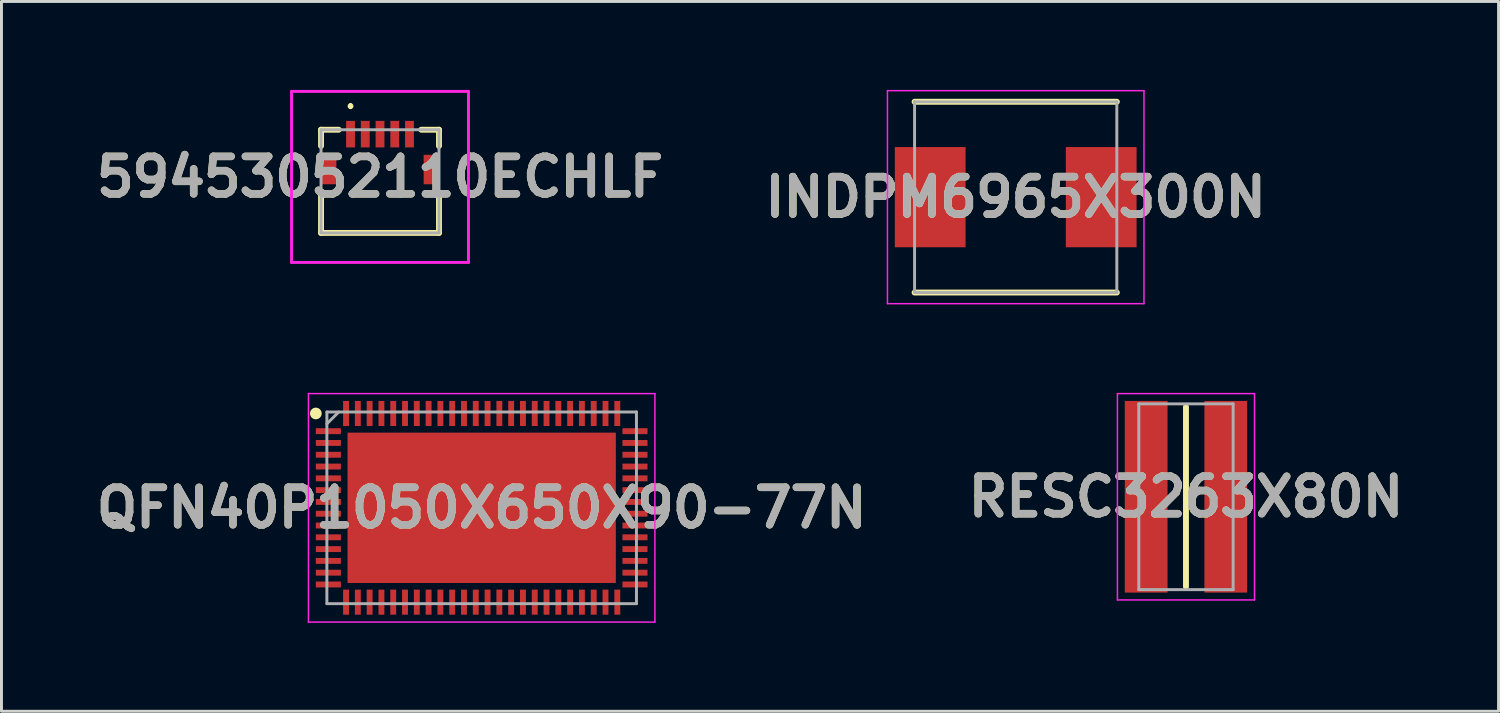
<source format=kicad_pcb>
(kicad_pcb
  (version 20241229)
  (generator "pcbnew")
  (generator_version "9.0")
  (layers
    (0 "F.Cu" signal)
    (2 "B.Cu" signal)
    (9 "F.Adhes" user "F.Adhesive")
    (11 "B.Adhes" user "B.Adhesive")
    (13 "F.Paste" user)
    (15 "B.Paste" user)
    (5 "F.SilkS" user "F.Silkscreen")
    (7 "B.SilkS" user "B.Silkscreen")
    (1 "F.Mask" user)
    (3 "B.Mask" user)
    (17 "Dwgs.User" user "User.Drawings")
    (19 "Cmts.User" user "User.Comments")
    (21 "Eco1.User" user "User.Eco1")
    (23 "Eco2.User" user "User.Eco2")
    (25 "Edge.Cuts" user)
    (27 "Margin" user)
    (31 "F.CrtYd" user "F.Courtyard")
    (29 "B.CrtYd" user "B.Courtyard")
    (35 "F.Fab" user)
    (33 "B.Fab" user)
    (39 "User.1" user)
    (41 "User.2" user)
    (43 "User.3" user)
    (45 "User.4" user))
  (footprint "QFN40P1050X650X90-77N"
    (layer "F.Cu")
    (at 13.287 14.174)
    (property "Reference" "QFN40P1050X650X90-77N" (at 0 0 0) (layer "F.SilkS") (effects (font (size 1.27 1.27) (thickness 0.254))))
    (attr smd)
    (fp_circle (center -5.625 -3.2) (end -5.625 -3.1) (stroke (width 0.2) (type solid)) (fill no) (layer "F.SilkS"))
    (fp_line (start -5.875 -3.875) (end 5.875 -3.875) (stroke (width 0.05) (type solid)) (layer "F.CrtYd"))
    (fp_line (start -5.875 3.875) (end -5.875 -3.875) (stroke (width 0.05) (type solid)) (layer "F.CrtYd"))
    (fp_line (start 5.875 -3.875) (end 5.875 3.875) (stroke (width 0.05) (type solid)) (layer "F.CrtYd"))
    (fp_line (start 5.875 3.875) (end -5.875 3.875) (stroke (width 0.05) (type solid)) (layer "F.CrtYd"))
    (fp_line (start -5.25 -3.25) (end 5.25 -3.25) (stroke (width 0.1) (type solid)) (layer "F.Fab"))
    (fp_line (start -5.25 -2.85) (end -4.85 -3.25) (stroke (width 0.1) (type solid)) (layer "F.Fab"))
    (fp_line (start -5.25 3.25) (end -5.25 -3.25) (stroke (width 0.1) (type solid)) (layer "F.Fab"))
    (fp_line (start 5.25 -3.25) (end 5.25 3.25) (stroke (width 0.1) (type solid)) (layer "F.Fab"))
    (fp_line (start 5.25 3.25) (end -5.25 3.25) (stroke (width 0.1) (type solid)) (layer "F.Fab"))
    (fp_text user "${REFERENCE}" (at 0 0 0) (layer "F.Fab") (effects (font (size 1.27 1.27) (thickness 0.254))))
    (pad "1" smd rect (at -5.2 -2.6 90) (size 0.2 0.85) (layers "F.Cu" "F.Mask" "F.Paste"))
    (pad "2" smd rect (at -5.2 -2.2 90) (size 0.2 0.85) (layers "F.Cu" "F.Mask" "F.Paste"))
    (pad "3" smd rect (at -5.2 -1.8 90) (size 0.2 0.85) (layers "F.Cu" "F.Mask" "F.Paste"))
    (pad "4" smd rect (at -5.2 -1.4 90) (size 0.2 0.85) (layers "F.Cu" "F.Mask" "F.Paste"))
    (pad "5" smd rect (at -5.2 -1 90) (size 0.2 0.85) (layers "F.Cu" "F.Mask" "F.Paste"))
    (pad "6" smd rect (at -5.2 -0.6 90) (size 0.2 0.85) (layers "F.Cu" "F.Mask" "F.Paste"))
    (pad "7" smd rect (at -5.2 -0.2 90) (size 0.2 0.85) (layers "F.Cu" "F.Mask" "F.Paste"))
    (pad "8" smd rect (at -5.2 0.2 90) (size 0.2 0.85) (layers "F.Cu" "F.Mask" "F.Paste"))
    (pad "9" smd rect (at -5.2 0.6 90) (size 0.2 0.85) (layers "F.Cu" "F.Mask" "F.Paste"))
    (pad "10" smd rect (at -5.2 1 90) (size 0.2 0.85) (layers "F.Cu" "F.Mask" "F.Paste"))
    (pad "11" smd rect (at -5.2 1.4 90) (size 0.2 0.85) (layers "F.Cu" "F.Mask" "F.Paste"))
    (pad "12" smd rect (at -5.2 1.8 90) (size 0.2 0.85) (layers "F.Cu" "F.Mask" "F.Paste"))
    (pad "13" smd rect (at -5.2 2.2 90) (size 0.2 0.85) (layers "F.Cu" "F.Mask" "F.Paste"))
    (pad "14" smd rect (at -5.2 2.6 90) (size 0.2 0.85) (layers "F.Cu" "F.Mask" "F.Paste"))
    (pad "15" smd rect (at -4.6 3.2) (size 0.2 0.85) (layers "F.Cu" "F.Mask" "F.Paste"))
    (pad "16" smd rect (at -4.2 3.2) (size 0.2 0.85) (layers "F.Cu" "F.Mask" "F.Paste"))
    (pad "17" smd rect (at -3.8 3.2) (size 0.2 0.85) (layers "F.Cu" "F.Mask" "F.Paste"))
    (pad "18" smd rect (at -3.4 3.2) (size 0.2 0.85) (layers "F.Cu" "F.Mask" "F.Paste"))
    (pad "19" smd rect (at -3 3.2) (size 0.2 0.85) (layers "F.Cu" "F.Mask" "F.Paste"))
    (pad "20" smd rect (at -2.6 3.2) (size 0.2 0.85) (layers "F.Cu" "F.Mask" "F.Paste"))
    (pad "21" smd rect (at -2.2 3.2) (size 0.2 0.85) (layers "F.Cu" "F.Mask" "F.Paste"))
    (pad "22" smd rect (at -1.8 3.2) (size 0.2 0.85) (layers "F.Cu" "F.Mask" "F.Paste"))
    (pad "23" smd rect (at -1.4 3.2) (size 0.2 0.85) (layers "F.Cu" "F.Mask" "F.Paste"))
    (pad "24" smd rect (at -1 3.2) (size 0.2 0.85) (layers "F.Cu" "F.Mask" "F.Paste"))
    (pad "25" smd rect (at -0.6 3.2) (size 0.2 0.85) (layers "F.Cu" "F.Mask" "F.Paste"))
    (pad "26" smd rect (at -0.2 3.2) (size 0.2 0.85) (layers "F.Cu" "F.Mask" "F.Paste"))
    (pad "27" smd rect (at 0.2 3.2) (size 0.2 0.85) (layers "F.Cu" "F.Mask" "F.Paste"))
    (pad "28" smd rect (at 0.6 3.2) (size 0.2 0.85) (layers "F.Cu" "F.Mask" "F.Paste"))
    (pad "29" smd rect (at 1 3.2) (size 0.2 0.85) (layers "F.Cu" "F.Mask" "F.Paste"))
    (pad "30" smd rect (at 1.4 3.2) (size 0.2 0.85) (layers "F.Cu" "F.Mask" "F.Paste"))
    (pad "31" smd rect (at 1.8 3.2) (size 0.2 0.85) (layers "F.Cu" "F.Mask" "F.Paste"))
    (pad "32" smd rect (at 2.2 3.2) (size 0.2 0.85) (layers "F.Cu" "F.Mask" "F.Paste"))
    (pad "33" smd rect (at 2.6 3.2) (size 0.2 0.85) (layers "F.Cu" "F.Mask" "F.Paste"))
    (pad "34" smd rect (at 3 3.2) (size 0.2 0.85) (layers "F.Cu" "F.Mask" "F.Paste"))
    (pad "35" smd rect (at 3.4 3.2) (size 0.2 0.85) (layers "F.Cu" "F.Mask" "F.Paste"))
    (pad "36" smd rect (at 3.8 3.2) (size 0.2 0.85) (layers "F.Cu" "F.Mask" "F.Paste"))
    (pad "37" smd rect (at 4.2 3.2) (size 0.2 0.85) (layers "F.Cu" "F.Mask" "F.Paste"))
    (pad "38" smd rect (at 4.6 3.2) (size 0.2 0.85) (layers "F.Cu" "F.Mask" "F.Paste"))
    (pad "39" smd rect (at 5.2 2.6 90) (size 0.2 0.85) (layers "F.Cu" "F.Mask" "F.Paste"))
    (pad "40" smd rect (at 5.2 2.2 90) (size 0.2 0.85) (layers "F.Cu" "F.Mask" "F.Paste"))
    (pad "41" smd rect (at 5.2 1.8 90) (size 0.2 0.85) (layers "F.Cu" "F.Mask" "F.Paste"))
    (pad "42" smd rect (at 5.2 1.4 90) (size 0.2 0.85) (layers "F.Cu" "F.Mask" "F.Paste"))
    (pad "43" smd rect (at 5.2 1 90) (size 0.2 0.85) (layers "F.Cu" "F.Mask" "F.Paste"))
    (pad "44" smd rect (at 5.2 0.6 90) (size 0.2 0.85) (layers "F.Cu" "F.Mask" "F.Paste"))
    (pad "45" smd rect (at 5.2 0.2 90) (size 0.2 0.85) (layers "F.Cu" "F.Mask" "F.Paste"))
    (pad "46" smd rect (at 5.2 -0.2 90) (size 0.2 0.85) (layers "F.Cu" "F.Mask" "F.Paste"))
    (pad "47" smd rect (at 5.2 -0.6 90) (size 0.2 0.85) (layers "F.Cu" "F.Mask" "F.Paste"))
    (pad "48" smd rect (at 5.2 -1 90) (size 0.2 0.85) (layers "F.Cu" "F.Mask" "F.Paste"))
    (pad "49" smd rect (at 5.2 -1.4 90) (size 0.2 0.85) (layers "F.Cu" "F.Mask" "F.Paste"))
    (pad "50" smd rect (at 5.2 -1.8 90) (size 0.2 0.85) (layers "F.Cu" "F.Mask" "F.Paste"))
    (pad "51" smd rect (at 5.2 -2.2 90) (size 0.2 0.85) (layers "F.Cu" "F.Mask" "F.Paste"))
    (pad "52" smd rect (at 5.2 -2.6 90) (size 0.2 0.85) (layers "F.Cu" "F.Mask" "F.Paste"))
    (pad "53" smd rect (at 4.6 -3.2) (size 0.2 0.85) (layers "F.Cu" "F.Mask" "F.Paste"))
    (pad "54" smd rect (at 4.2 -3.2) (size 0.2 0.85) (layers "F.Cu" "F.Mask" "F.Paste"))
    (pad "55" smd rect (at 3.8 -3.2) (size 0.2 0.85) (layers "F.Cu" "F.Mask" "F.Paste"))
    (pad "56" smd rect (at 3.4 -3.2) (size 0.2 0.85) (layers "F.Cu" "F.Mask" "F.Paste"))
    (pad "57" smd rect (at 3 -3.2) (size 0.2 0.85) (layers "F.Cu" "F.Mask" "F.Paste"))
    (pad "58" smd rect (at 2.6 -3.2) (size 0.2 0.85) (layers "F.Cu" "F.Mask" "F.Paste"))
    (pad "59" smd rect (at 2.2 -3.2) (size 0.2 0.85) (layers "F.Cu" "F.Mask" "F.Paste"))
    (pad "60" smd rect (at 1.8 -3.2) (size 0.2 0.85) (layers "F.Cu" "F.Mask" "F.Paste"))
    (pad "61" smd rect (at 1.4 -3.2) (size 0.2 0.85) (layers "F.Cu" "F.Mask" "F.Paste"))
    (pad "62" smd rect (at 1 -3.2) (size 0.2 0.85) (layers "F.Cu" "F.Mask" "F.Paste"))
    (pad "63" smd rect (at 0.6 -3.2) (size 0.2 0.85) (layers "F.Cu" "F.Mask" "F.Paste"))
    (pad "64" smd rect (at 0.2 -3.2) (size 0.2 0.85) (layers "F.Cu" "F.Mask" "F.Paste"))
    (pad "65" smd rect (at -0.2 -3.2) (size 0.2 0.85) (layers "F.Cu" "F.Mask" "F.Paste"))
    (pad "66" smd rect (at -0.6 -3.2) (size 0.2 0.85) (layers "F.Cu" "F.Mask" "F.Paste"))
    (pad "67" smd rect (at -1 -3.2) (size 0.2 0.85) (layers "F.Cu" "F.Mask" "F.Paste"))
    (pad "68" smd rect (at -1.4 -3.2) (size 0.2 0.85) (layers "F.Cu" "F.Mask" "F.Paste"))
    (pad "69" smd rect (at -1.8 -3.2) (size 0.2 0.85) (layers "F.Cu" "F.Mask" "F.Paste"))
    (pad "70" smd rect (at -2.2 -3.2) (size 0.2 0.85) (layers "F.Cu" "F.Mask" "F.Paste"))
    (pad "71" smd rect (at -2.6 -3.2) (size 0.2 0.85) (layers "F.Cu" "F.Mask" "F.Paste"))
    (pad "72" smd rect (at -3 -3.2) (size 0.2 0.85) (layers "F.Cu" "F.Mask" "F.Paste"))
    (pad "73" smd rect (at -3.4 -3.2) (size 0.2 0.85) (layers "F.Cu" "F.Mask" "F.Paste"))
    (pad "74" smd rect (at -3.8 -3.2) (size 0.2 0.85) (layers "F.Cu" "F.Mask" "F.Paste"))
    (pad "75" smd rect (at -4.2 -3.2) (size 0.2 0.85) (layers "F.Cu" "F.Mask" "F.Paste"))
    (pad "76" smd rect (at -4.6 -3.2) (size 0.2 0.85) (layers "F.Cu" "F.Mask" "F.Paste"))
    (pad "77" smd rect (at 0 0 90) (size 5.1 9.1) (layers "F.Cu" "F.Mask" "F.Paste")))
  (footprint "59453052110ECHLF"
    (layer "F.Cu")
    (at 9.839 3.1)
    (property "Reference" "59453052110ECHLF" (at 0 -0.15 0) (layer "F.SilkS") (effects (font (size 1.27 1.27) (thickness 0.254))))
    (attr smd)
    (fp_line (start -2 -1.75) (end -2 -1.2) (stroke (width 0.2) (type solid)) (layer "F.SilkS"))
    (fp_line (start -2 0.4) (end -2 1.75) (stroke (width 0.2) (type solid)) (layer "F.SilkS"))
    (fp_line (start -2 1.75) (end 2 1.75) (stroke (width 0.2) (type solid)) (layer "F.SilkS"))
    (fp_line (start -1.4 -1.75) (end -2 -1.75) (stroke (width 0.2) (type solid)) (layer "F.SilkS"))
    (fp_line (start -1 -2.6) (end -1 -2.6) (stroke (width 0.1) (type solid)) (layer "F.SilkS"))
    (fp_line (start -1 -2.5) (end -1 -2.5) (stroke (width 0.1) (type solid)) (layer "F.SilkS"))
    (fp_line (start 1.4 -1.75) (end 2 -1.75) (stroke (width 0.2) (type solid)) (layer "F.SilkS"))
    (fp_line (start 2 -1.75) (end 2 -1.2) (stroke (width 0.2) (type solid)) (layer "F.SilkS"))
    (fp_line (start 2 1.75) (end 2 0.4) (stroke (width 0.2) (type solid)) (layer "F.SilkS"))
    (fp_arc (start -1 -2.6) (mid -0.95 -2.55) (end -1 -2.5) (stroke (width 0.1) (type solid)) (layer "F.SilkS"))
    (fp_arc (start -1 -2.5) (mid -1.05 -2.55) (end -1 -2.6) (stroke (width 0.1) (type solid)) (layer "F.SilkS"))
    (fp_line (start -3 -3.05) (end 3 -3.05) (stroke (width 0.1) (type solid)) (layer "F.CrtYd"))
    (fp_line (start -3 2.75) (end -3 -3.05) (stroke (width 0.1) (type solid)) (layer "F.CrtYd"))
    (fp_line (start 3 -3.05) (end 3 2.75) (stroke (width 0.1) (type solid)) (layer "F.CrtYd"))
    (fp_line (start 3 2.75) (end -3 2.75) (stroke (width 0.1) (type solid)) (layer "F.CrtYd"))
    (fp_line (start -2 -1.75) (end 2 -1.75) (stroke (width 0.1) (type solid)) (layer "F.Fab"))
    (fp_line (start -2 1.75) (end -2 -1.75) (stroke (width 0.1) (type solid)) (layer "F.Fab"))
    (fp_line (start 2 -1.75) (end 2 1.75) (stroke (width 0.1) (type solid)) (layer "F.Fab"))
    (fp_line (start 2 1.75) (end -2 1.75) (stroke (width 0.1) (type solid)) (layer "F.Fab"))
    (fp_text user "${REFERENCE}" (at 0 -0.15 0) (layer "F.Fab") (effects (font (size 1.27 1.27) (thickness 0.254))))
    (pad "1" smd rect (at -1 -1.6) (size 0.3 0.9) (layers "F.Cu" "F.Mask" "F.Paste"))
    (pad "2" smd rect (at -0.5 -1.6) (size 0.3 0.9) (layers "F.Cu" "F.Mask" "F.Paste"))
    (pad "3" smd rect (at 0 -1.6) (size 0.3 0.9) (layers "F.Cu" "F.Mask" "F.Paste"))
    (pad "4" smd rect (at 0.5 -1.6) (size 0.3 0.9) (layers "F.Cu" "F.Mask" "F.Paste"))
    (pad "5" smd rect (at 1 -1.6) (size 0.3 0.9) (layers "F.Cu" "F.Mask" "F.Paste"))
    (pad "6" smd rect (at -1.74 -0.4) (size 0.52 1) (layers "F.Cu" "F.Mask" "F.Paste"))
    (pad "7" smd rect (at 1.74 -0.4) (size 0.52 1) (layers "F.Cu" "F.Mask" "F.Paste")))
  (footprint "INDPM6965X300N"
    (layer "F.Cu")
    (at 31.4 3.637)
    (property "Reference" "INDPM6965X300N" (at 0 0 0) (layer "F.SilkS") (effects (font (size 1.27 1.27) (thickness 0.254))))
    (attr smd)
    (fp_line (start -3.43 3.235) (end 3.43 3.235) (stroke (width 0.2) (type solid)) (layer "F.SilkS"))
    (fp_line (start 3.43 -3.235) (end -3.43 -3.235) (stroke (width 0.2) (type solid)) (layer "F.SilkS"))
    (fp_line (start -4.35 -3.612) (end 4.35 -3.612) (stroke (width 0.05) (type solid)) (layer "F.CrtYd"))
    (fp_line (start -4.35 3.612) (end -4.35 -3.612) (stroke (width 0.05) (type solid)) (layer "F.CrtYd"))
    (fp_line (start 4.35 -3.612) (end 4.35 3.612) (stroke (width 0.05) (type solid)) (layer "F.CrtYd"))
    (fp_line (start 4.35 3.612) (end -4.35 3.612) (stroke (width 0.05) (type solid)) (layer "F.CrtYd"))
    (fp_line (start -3.43 -3.235) (end 3.43 -3.235) (stroke (width 0.1) (type solid)) (layer "F.Fab"))
    (fp_line (start -3.43 3.235) (end -3.43 -3.235) (stroke (width 0.1) (type solid)) (layer "F.Fab"))
    (fp_line (start 3.43 -3.235) (end 3.43 3.235) (stroke (width 0.1) (type solid)) (layer "F.Fab"))
    (fp_line (start 3.43 3.235) (end -3.43 3.235) (stroke (width 0.1) (type solid)) (layer "F.Fab"))
    (fp_text user "${REFERENCE}" (at 0 0 0) (layer "F.Fab") (effects (font (size 1.27 1.27) (thickness 0.254))))
    (pad "1" smd rect (at -2.9 0) (size 2.4 3.4) (layers "F.Cu" "F.Mask" "F.Paste"))
    (pad "2" smd rect (at 2.9 0) (size 2.4 3.4) (layers "F.Cu" "F.Mask" "F.Paste")))
  (footprint "RESC3263X80N"
    (layer "F.Cu")
    (at 37.175 13.799)
    (property "Reference" "RESC3263X80N" (at 0 0 0) (layer "F.SilkS") (effects (font (size 1.27 1.27) (thickness 0.254))))
    (attr smd)
    (fp_line (start 0 -3.05) (end 0 3.05) (stroke (width 0.2) (type solid)) (layer "F.SilkS"))
    (fp_line (start -2.325 -3.5) (end 2.325 -3.5) (stroke (width 0.05) (type solid)) (layer "F.CrtYd"))
    (fp_line (start -2.325 3.5) (end -2.325 -3.5) (stroke (width 0.05) (type solid)) (layer "F.CrtYd"))
    (fp_line (start 2.325 -3.5) (end 2.325 3.5) (stroke (width 0.05) (type solid)) (layer "F.CrtYd"))
    (fp_line (start 2.325 3.5) (end -2.325 3.5) (stroke (width 0.05) (type solid)) (layer "F.CrtYd"))
    (fp_line (start -1.6 -3.15) (end 1.6 -3.15) (stroke (width 0.1) (type solid)) (layer "F.Fab"))
    (fp_line (start -1.6 3.15) (end -1.6 -3.15) (stroke (width 0.1) (type solid)) (layer "F.Fab"))
    (fp_line (start 1.6 -3.15) (end 1.6 3.15) (stroke (width 0.1) (type solid)) (layer "F.Fab"))
    (fp_line (start 1.6 3.15) (end -1.6 3.15) (stroke (width 0.1) (type solid)) (layer "F.Fab"))
    (fp_text user "${REFERENCE}" (at 0 0 0) (layer "F.Fab") (effects (font (size 1.27 1.27) (thickness 0.254))))
    (pad "1" smd rect (at -1.35 0) (size 1.45 6.5) (layers "F.Cu" "F.Mask" "F.Paste"))
    (pad "2" smd rect (at 1.35 0) (size 1.45 6.5) (layers "F.Cu" "F.Mask" "F.Paste")))
  (gr_rect
    (start -3 -3)
    (end 47.777 21.074)
    (stroke (width 0.1) (type default))
    (fill no)
    (layer "Edge.Cuts")))
</source>
